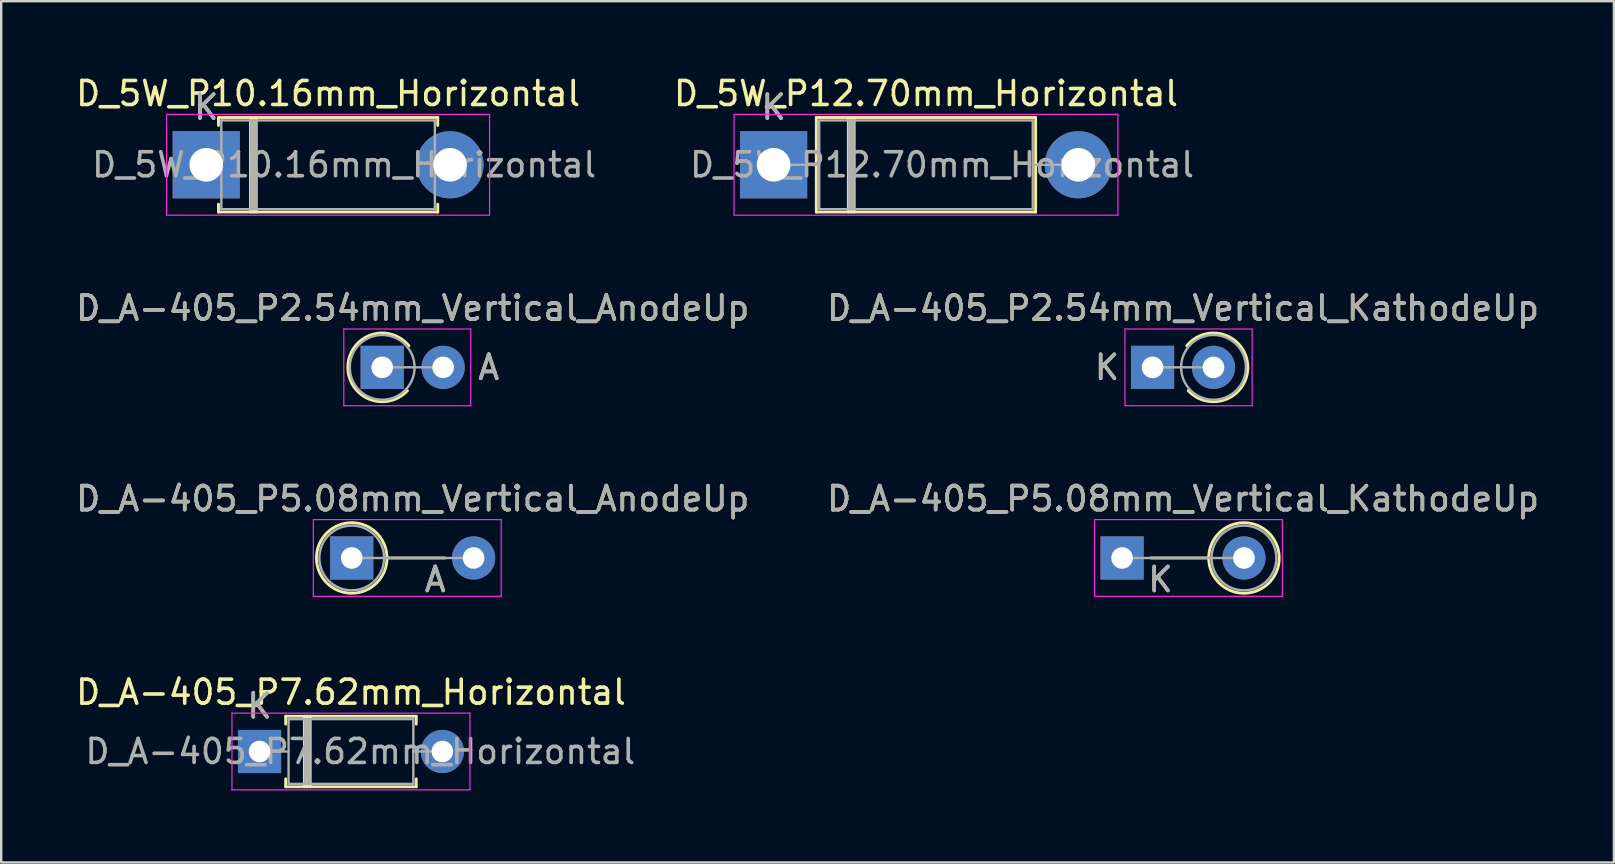
<source format=kicad_pcb>
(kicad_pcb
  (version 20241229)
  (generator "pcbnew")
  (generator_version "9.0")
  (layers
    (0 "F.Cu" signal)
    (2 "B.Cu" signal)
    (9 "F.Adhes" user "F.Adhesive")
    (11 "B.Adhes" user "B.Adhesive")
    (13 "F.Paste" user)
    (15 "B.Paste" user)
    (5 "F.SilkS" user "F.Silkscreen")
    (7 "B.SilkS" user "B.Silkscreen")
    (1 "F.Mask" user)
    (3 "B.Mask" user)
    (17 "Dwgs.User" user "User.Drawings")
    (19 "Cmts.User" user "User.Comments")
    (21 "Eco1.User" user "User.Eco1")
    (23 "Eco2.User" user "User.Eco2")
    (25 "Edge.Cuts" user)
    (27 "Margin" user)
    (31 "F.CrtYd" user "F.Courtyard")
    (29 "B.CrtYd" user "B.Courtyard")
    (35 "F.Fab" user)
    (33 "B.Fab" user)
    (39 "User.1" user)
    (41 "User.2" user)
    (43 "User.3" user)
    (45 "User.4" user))
  (footprint "D_5W_P10.16mm_Horizontal"
    (layer "F.Cu")
    (at 5.545 3.818)
    (property "Reference" "D_5W_P10.16mm_Horizontal" (at 5.08 -2.97 0) (layer "F.SilkS") (effects (font (size 1 1) (thickness 0.15))))
    (attr through_hole)
    (fp_line (start 0.51 -1.97) (end 9.65 -1.97) (stroke (width 0.12) (type solid)) (layer "F.SilkS"))
    (fp_line (start 0.51 -1.64) (end 0.51 -1.97) (stroke (width 0.12) (type solid)) (layer "F.SilkS"))
    (fp_line (start 0.51 1.64) (end 0.51 1.97) (stroke (width 0.12) (type solid)) (layer "F.SilkS"))
    (fp_line (start 0.51 1.97) (end 9.65 1.97) (stroke (width 0.12) (type solid)) (layer "F.SilkS"))
    (fp_line (start 1.845 -1.97) (end 1.845 1.97) (stroke (width 0.12) (type solid)) (layer "F.SilkS"))
    (fp_line (start 1.965 -1.97) (end 1.965 1.97) (stroke (width 0.12) (type solid)) (layer "F.SilkS"))
    (fp_line (start 2.085 -1.97) (end 2.085 1.97) (stroke (width 0.12) (type solid)) (layer "F.SilkS"))
    (fp_line (start 9.65 -1.97) (end 9.65 -1.64) (stroke (width 0.12) (type solid)) (layer "F.SilkS"))
    (fp_line (start 9.65 1.97) (end 9.65 1.64) (stroke (width 0.12) (type solid)) (layer "F.SilkS"))
    (fp_line (start -1.65 -2.1) (end -1.65 2.1) (stroke (width 0.05) (type solid)) (layer "F.CrtYd"))
    (fp_line (start -1.65 2.1) (end 11.81 2.1) (stroke (width 0.05) (type solid)) (layer "F.CrtYd"))
    (fp_line (start 11.81 -2.1) (end -1.65 -2.1) (stroke (width 0.05) (type solid)) (layer "F.CrtYd"))
    (fp_line (start 11.81 2.1) (end 11.81 -2.1) (stroke (width 0.05) (type solid)) (layer "F.CrtYd"))
    (fp_line (start 0 0) (end 0.63 0) (stroke (width 0.1) (type solid)) (layer "F.Fab"))
    (fp_line (start 0.63 -1.85) (end 0.63 1.85) (stroke (width 0.1) (type solid)) (layer "F.Fab"))
    (fp_line (start 0.63 1.85) (end 9.53 1.85) (stroke (width 0.1) (type solid)) (layer "F.Fab"))
    (fp_line (start 1.865 -1.85) (end 1.865 1.85) (stroke (width 0.1) (type solid)) (layer "F.Fab"))
    (fp_line (start 1.965 -1.85) (end 1.965 1.85) (stroke (width 0.1) (type solid)) (layer "F.Fab"))
    (fp_line (start 2.065 -1.85) (end 2.065 1.85) (stroke (width 0.1) (type solid)) (layer "F.Fab"))
    (fp_line (start 9.53 -1.85) (end 0.63 -1.85) (stroke (width 0.1) (type solid)) (layer "F.Fab"))
    (fp_line (start 9.53 1.85) (end 9.53 -1.85) (stroke (width 0.1) (type solid)) (layer "F.Fab"))
    (fp_line (start 10.16 0) (end 9.53 0) (stroke (width 0.1) (type solid)) (layer "F.Fab"))
    (fp_text user "K" (at 0 -2.4 0) (layer "F.SilkS") (effects (font (size 1 1) (thickness 0.15))))
    (fp_text user "${REFERENCE}" (at 5.747 0 0) (layer "F.Fab") (effects (font (size 1 1) (thickness 0.15))))
    (fp_text user "K" (at 0 -2.4 0) (layer "F.Fab") (effects (font (size 1 1) (thickness 0.15))))
    (pad "1" thru_hole rect (at 0 0) (size 2.8 2.8) (drill 1.4) (layers "*.Cu" "*.Mask"))
    (pad "2" thru_hole oval (at 10.16 0) (size 2.8 2.8) (drill 1.4) (layers "*.Cu" "*.Mask")))
  (footprint "D_A-405_P5.08mm_Vertical_KathodeUp"
    (layer "F.Cu")
    (at 43.716 20.205)
    (property "Reference" "D_A-405_P5.08mm_Vertical_KathodeUp" (at 2.54 -2.47 0) (layer "F.SilkS") (effects (font (size 1 1) (thickness 0.15))))
    (attr through_hole)
    (fp_line (start 3.61 0) (end 1.2 0) (stroke (width 0.12) (type solid)) (layer "F.SilkS"))
    (fp_circle (center 5.08 0) (end 6.55 0) (stroke (width 0.12) (type solid)) (fill no) (layer "F.SilkS"))
    (fp_line (start -1.15 -1.6) (end -1.15 1.6) (stroke (width 0.05) (type solid)) (layer "F.CrtYd"))
    (fp_line (start -1.15 1.6) (end 6.68 1.6) (stroke (width 0.05) (type solid)) (layer "F.CrtYd"))
    (fp_line (start 6.68 -1.6) (end -1.15 -1.6) (stroke (width 0.05) (type solid)) (layer "F.CrtYd"))
    (fp_line (start 6.68 1.6) (end 6.68 -1.6) (stroke (width 0.05) (type solid)) (layer "F.CrtYd"))
    (fp_line (start 0 0) (end 5.08 0) (stroke (width 0.1) (type solid)) (layer "F.Fab"))
    (fp_circle (center 5.08 0) (end 6.43 0) (stroke (width 0.1) (type solid)) (fill no) (layer "F.Fab"))
    (fp_text user "K" (at 1.6 0.9 0) (layer "F.SilkS") (effects (font (size 1 1) (thickness 0.15))))
    (fp_text user "K" (at 1.6 0.9 0) (layer "F.Fab") (effects (font (size 1 1) (thickness 0.15))))
    (fp_text user "${REFERENCE}" (at 2.54 -2.47 0) (layer "F.Fab") (effects (font (size 1 1) (thickness 0.15))))
    (pad "1" thru_hole rect (at 0 0) (size 1.8 1.8) (drill 0.9) (layers "*.Cu" "*.Mask"))
    (pad "2" thru_hole oval (at 5.08 0) (size 1.8 1.8) (drill 0.9) (layers "*.Cu" "*.Mask")))
  (footprint "D_5W_P12.70mm_Horizontal"
    (layer "F.Cu")
    (at 29.193 3.818)
    (property "Reference" "D_5W_P12.70mm_Horizontal" (at 6.35 -2.97 0) (layer "F.SilkS") (effects (font (size 1 1) (thickness 0.15))))
    (attr through_hole)
    (fp_line (start 1.64 0) (end 1.78 0) (stroke (width 0.12) (type solid)) (layer "F.SilkS"))
    (fp_line (start 1.78 -1.97) (end 1.78 1.97) (stroke (width 0.12) (type solid)) (layer "F.SilkS"))
    (fp_line (start 1.78 1.97) (end 10.92 1.97) (stroke (width 0.12) (type solid)) (layer "F.SilkS"))
    (fp_line (start 3.115 -1.97) (end 3.115 1.97) (stroke (width 0.12) (type solid)) (layer "F.SilkS"))
    (fp_line (start 3.235 -1.97) (end 3.235 1.97) (stroke (width 0.12) (type solid)) (layer "F.SilkS"))
    (fp_line (start 3.355 -1.97) (end 3.355 1.97) (stroke (width 0.12) (type solid)) (layer "F.SilkS"))
    (fp_line (start 10.92 -1.97) (end 1.78 -1.97) (stroke (width 0.12) (type solid)) (layer "F.SilkS"))
    (fp_line (start 10.92 1.97) (end 10.92 -1.97) (stroke (width 0.12) (type solid)) (layer "F.SilkS"))
    (fp_line (start 11.06 0) (end 10.92 0) (stroke (width 0.12) (type solid)) (layer "F.SilkS"))
    (fp_line (start -1.65 -2.1) (end -1.65 2.1) (stroke (width 0.05) (type solid)) (layer "F.CrtYd"))
    (fp_line (start -1.65 2.1) (end 14.35 2.1) (stroke (width 0.05) (type solid)) (layer "F.CrtYd"))
    (fp_line (start 14.35 -2.1) (end -1.65 -2.1) (stroke (width 0.05) (type solid)) (layer "F.CrtYd"))
    (fp_line (start 14.35 2.1) (end 14.35 -2.1) (stroke (width 0.05) (type solid)) (layer "F.CrtYd"))
    (fp_line (start 0 0) (end 1.9 0) (stroke (width 0.1) (type solid)) (layer "F.Fab"))
    (fp_line (start 1.9 -1.85) (end 1.9 1.85) (stroke (width 0.1) (type solid)) (layer "F.Fab"))
    (fp_line (start 1.9 1.85) (end 10.8 1.85) (stroke (width 0.1) (type solid)) (layer "F.Fab"))
    (fp_line (start 3.135 -1.85) (end 3.135 1.85) (stroke (width 0.1) (type solid)) (layer "F.Fab"))
    (fp_line (start 3.235 -1.85) (end 3.235 1.85) (stroke (width 0.1) (type solid)) (layer "F.Fab"))
    (fp_line (start 3.335 -1.85) (end 3.335 1.85) (stroke (width 0.1) (type solid)) (layer "F.Fab"))
    (fp_line (start 10.8 -1.85) (end 1.9 -1.85) (stroke (width 0.1) (type solid)) (layer "F.Fab"))
    (fp_line (start 10.8 1.85) (end 10.8 -1.85) (stroke (width 0.1) (type solid)) (layer "F.Fab"))
    (fp_line (start 12.7 0) (end 10.8 0) (stroke (width 0.1) (type solid)) (layer "F.Fab"))
    (fp_text user "K" (at 0 -2.4 0) (layer "F.SilkS") (effects (font (size 1 1) (thickness 0.15))))
    (fp_text user "K" (at 0 -2.4 0) (layer "F.Fab") (effects (font (size 1 1) (thickness 0.15))))
    (fp_text user "${REFERENCE}" (at 7.018 0 0) (layer "F.Fab") (effects (font (size 1 1) (thickness 0.15))))
    (pad "1" thru_hole rect (at 0 0) (size 2.8 2.8) (drill 1.4) (layers "*.Cu" "*.Mask"))
    (pad "2" thru_hole oval (at 12.7 0) (size 2.8 2.8) (drill 1.4) (layers "*.Cu" "*.Mask")))
  (footprint "D_A-405_P2.54mm_Vertical_AnodeUp"
    (layer "F.Cu")
    (at 12.879 12.261)
    (property "Reference" "D_A-405_P2.54mm_Vertical_AnodeUp" (at 1.27 -2.47 0) (layer "F.SilkS") (effects (font (size 1 1) (thickness 0.15))))
    (attr through_hole)
    (fp_arc (start 1.05385 0.968866) (mid -1.430816 -0.045469) (end 1.113239 -0.9) (stroke (width 0.12) (type solid)) (layer "F.SilkS"))
    (fp_line (start -1.6 -1.6) (end -1.6 1.6) (stroke (width 0.05) (type solid)) (layer "F.CrtYd"))
    (fp_line (start -1.6 1.6) (end 3.69 1.6) (stroke (width 0.05) (type solid)) (layer "F.CrtYd"))
    (fp_line (start 3.69 -1.6) (end -1.6 -1.6) (stroke (width 0.05) (type solid)) (layer "F.CrtYd"))
    (fp_line (start 3.69 1.6) (end 3.69 -1.6) (stroke (width 0.05) (type solid)) (layer "F.CrtYd"))
    (fp_line (start 0 0) (end 2.54 0) (stroke (width 0.1) (type solid)) (layer "F.Fab"))
    (fp_circle (center 0 0) (end 1.35 0) (stroke (width 0.1) (type solid)) (fill no) (layer "F.Fab"))
    (fp_text user "A" (at 4.44 0 0) (layer "F.SilkS") (effects (font (size 1 1) (thickness 0.15))))
    (fp_text user "${REFERENCE}" (at 1.27 -2.47 0) (layer "F.Fab") (effects (font (size 1 1) (thickness 0.15))))
    (fp_text user "A" (at 4.44 0 0) (layer "F.Fab") (effects (font (size 1 1) (thickness 0.15))))
    (pad "1" thru_hole rect (at 0 0) (size 1.8 1.8) (drill 0.9) (layers "*.Cu" "*.Mask"))
    (pad "2" thru_hole oval (at 2.54 0) (size 1.8 1.8) (drill 0.9) (layers "*.Cu" "*.Mask")))
  (footprint "D_A-405_P5.08mm_Vertical_AnodeUp"
    (layer "F.Cu")
    (at 11.609 20.205)
    (property "Reference" "D_A-405_P5.08mm_Vertical_AnodeUp" (at 2.54 -2.47 0) (layer "F.SilkS") (effects (font (size 1 1) (thickness 0.15))))
    (attr through_hole)
    (fp_line (start 1.47 0) (end 3.88 0) (stroke (width 0.12) (type solid)) (layer "F.SilkS"))
    (fp_circle (center 0 0) (end 1.47 0) (stroke (width 0.12) (type solid)) (fill no) (layer "F.SilkS"))
    (fp_line (start -1.6 -1.6) (end -1.6 1.6) (stroke (width 0.05) (type solid)) (layer "F.CrtYd"))
    (fp_line (start -1.6 1.6) (end 6.23 1.6) (stroke (width 0.05) (type solid)) (layer "F.CrtYd"))
    (fp_line (start 6.23 -1.6) (end -1.6 -1.6) (stroke (width 0.05) (type solid)) (layer "F.CrtYd"))
    (fp_line (start 6.23 1.6) (end 6.23 -1.6) (stroke (width 0.05) (type solid)) (layer "F.CrtYd"))
    (fp_line (start 0 0) (end 5.08 0) (stroke (width 0.1) (type solid)) (layer "F.Fab"))
    (fp_circle (center 0 0) (end 1.35 0) (stroke (width 0.1) (type solid)) (fill no) (layer "F.Fab"))
    (fp_text user "A" (at 3.48 0.9 0) (layer "F.SilkS") (effects (font (size 1 1) (thickness 0.15))))
    (fp_text user "A" (at 3.48 0.9 0) (layer "F.Fab") (effects (font (size 1 1) (thickness 0.15))))
    (fp_text user "${REFERENCE}" (at 2.54 -2.47 0) (layer "F.Fab") (effects (font (size 1 1) (thickness 0.15))))
    (pad "1" thru_hole rect (at 0 0) (size 1.8 1.8) (drill 0.9) (layers "*.Cu" "*.Mask"))
    (pad "2" thru_hole oval (at 5.08 0) (size 1.8 1.8) (drill 0.9) (layers "*.Cu" "*.Mask")))
  (footprint "D_A-405_P2.54mm_Vertical_KathodeUp"
    (layer "F.Cu")
    (at 44.986 12.261)
    (property "Reference" "D_A-405_P2.54mm_Vertical_KathodeUp" (at 1.27 -2.47 0) (layer "F.SilkS") (effects (font (size 1 1) (thickness 0.15))))
    (attr through_hole)
    (fp_arc (start 1.426761 -0.9) (mid 3.970816 -0.045469) (end 1.48615 0.968866) (stroke (width 0.12) (type solid)) (layer "F.SilkS"))
    (fp_line (start -1.15 -1.6) (end -1.15 1.6) (stroke (width 0.05) (type solid)) (layer "F.CrtYd"))
    (fp_line (start -1.15 1.6) (end 4.15 1.6) (stroke (width 0.05) (type solid)) (layer "F.CrtYd"))
    (fp_line (start 4.15 -1.6) (end -1.15 -1.6) (stroke (width 0.05) (type solid)) (layer "F.CrtYd"))
    (fp_line (start 4.15 1.6) (end 4.15 -1.6) (stroke (width 0.05) (type solid)) (layer "F.CrtYd"))
    (fp_line (start 0 0) (end 2.54 0) (stroke (width 0.1) (type solid)) (layer "F.Fab"))
    (fp_circle (center 2.54 0) (end 3.89 0) (stroke (width 0.1) (type solid)) (fill no) (layer "F.Fab"))
    (fp_text user "K" (at -1.9 0 0) (layer "F.SilkS") (effects (font (size 1 1) (thickness 0.15))))
    (fp_text user "K" (at -1.9 0 0) (layer "F.Fab") (effects (font (size 1 1) (thickness 0.15))))
    (fp_text user "${REFERENCE}" (at 1.27 -2.47 0) (layer "F.Fab") (effects (font (size 1 1) (thickness 0.15))))
    (pad "1" thru_hole rect (at 0 0) (size 1.8 1.8) (drill 0.9) (layers "*.Cu" "*.Mask"))
    (pad "2" thru_hole oval (at 2.54 0) (size 1.8 1.8) (drill 0.9) (layers "*.Cu" "*.Mask")))
  (footprint "D_A-405_P7.62mm_Horizontal"
    (layer "F.Cu")
    (at 7.767 28.271)
    (property "Reference" "D_A-405_P7.62mm_Horizontal" (at 3.81 -2.47 0) (layer "F.SilkS") (effects (font (size 1 1) (thickness 0.15))))
    (attr through_hole)
    (fp_line (start 1.09 -1.47) (end 6.53 -1.47) (stroke (width 0.12) (type solid)) (layer "F.SilkS"))
    (fp_line (start 1.09 -1.14) (end 1.09 -1.47) (stroke (width 0.12) (type solid)) (layer "F.SilkS"))
    (fp_line (start 1.09 1.14) (end 1.09 1.47) (stroke (width 0.12) (type solid)) (layer "F.SilkS"))
    (fp_line (start 1.09 1.47) (end 6.53 1.47) (stroke (width 0.12) (type solid)) (layer "F.SilkS"))
    (fp_line (start 1.87 -1.47) (end 1.87 1.47) (stroke (width 0.12) (type solid)) (layer "F.SilkS"))
    (fp_line (start 1.99 -1.47) (end 1.99 1.47) (stroke (width 0.12) (type solid)) (layer "F.SilkS"))
    (fp_line (start 2.11 -1.47) (end 2.11 1.47) (stroke (width 0.12) (type solid)) (layer "F.SilkS"))
    (fp_line (start 6.53 -1.47) (end 6.53 -1.14) (stroke (width 0.12) (type solid)) (layer "F.SilkS"))
    (fp_line (start 6.53 1.47) (end 6.53 1.14) (stroke (width 0.12) (type solid)) (layer "F.SilkS"))
    (fp_line (start -1.15 -1.6) (end -1.15 1.6) (stroke (width 0.05) (type solid)) (layer "F.CrtYd"))
    (fp_line (start -1.15 1.6) (end 8.77 1.6) (stroke (width 0.05) (type solid)) (layer "F.CrtYd"))
    (fp_line (start 8.77 -1.6) (end -1.15 -1.6) (stroke (width 0.05) (type solid)) (layer "F.CrtYd"))
    (fp_line (start 8.77 1.6) (end 8.77 -1.6) (stroke (width 0.05) (type solid)) (layer "F.CrtYd"))
    (fp_line (start 0 0) (end 1.21 0) (stroke (width 0.1) (type solid)) (layer "F.Fab"))
    (fp_line (start 1.21 -1.35) (end 1.21 1.35) (stroke (width 0.1) (type solid)) (layer "F.Fab"))
    (fp_line (start 1.21 1.35) (end 6.41 1.35) (stroke (width 0.1) (type solid)) (layer "F.Fab"))
    (fp_line (start 1.89 -1.35) (end 1.89 1.35) (stroke (width 0.1) (type solid)) (layer "F.Fab"))
    (fp_line (start 1.99 -1.35) (end 1.99 1.35) (stroke (width 0.1) (type solid)) (layer "F.Fab"))
    (fp_line (start 2.09 -1.35) (end 2.09 1.35) (stroke (width 0.1) (type solid)) (layer "F.Fab"))
    (fp_line (start 6.41 -1.35) (end 1.21 -1.35) (stroke (width 0.1) (type solid)) (layer "F.Fab"))
    (fp_line (start 6.41 1.35) (end 6.41 -1.35) (stroke (width 0.1) (type solid)) (layer "F.Fab"))
    (fp_line (start 7.62 0) (end 6.41 0) (stroke (width 0.1) (type solid)) (layer "F.Fab"))
    (fp_text user "K" (at 0 -1.9 0) (layer "F.SilkS") (effects (font (size 1 1) (thickness 0.15))))
    (fp_text user "K" (at 0 -1.9 0) (layer "F.Fab") (effects (font (size 1 1) (thickness 0.15))))
    (fp_text user "${REFERENCE}" (at 4.2 0 0) (layer "F.Fab") (effects (font (size 1 1) (thickness 0.15))))
    (pad "1" thru_hole rect (at 0 0) (size 1.8 1.8) (drill 0.9) (layers "*.Cu" "*.Mask"))
    (pad "2" thru_hole oval (at 7.62 0) (size 1.8 1.8) (drill 0.9) (layers "*.Cu" "*.Mask")))
  (gr_rect
    (start -3 -3)
    (end 64.214 32.896)
    (stroke (width 0.1) (type default))
    (fill no)
    (layer "Edge.Cuts")))
</source>
